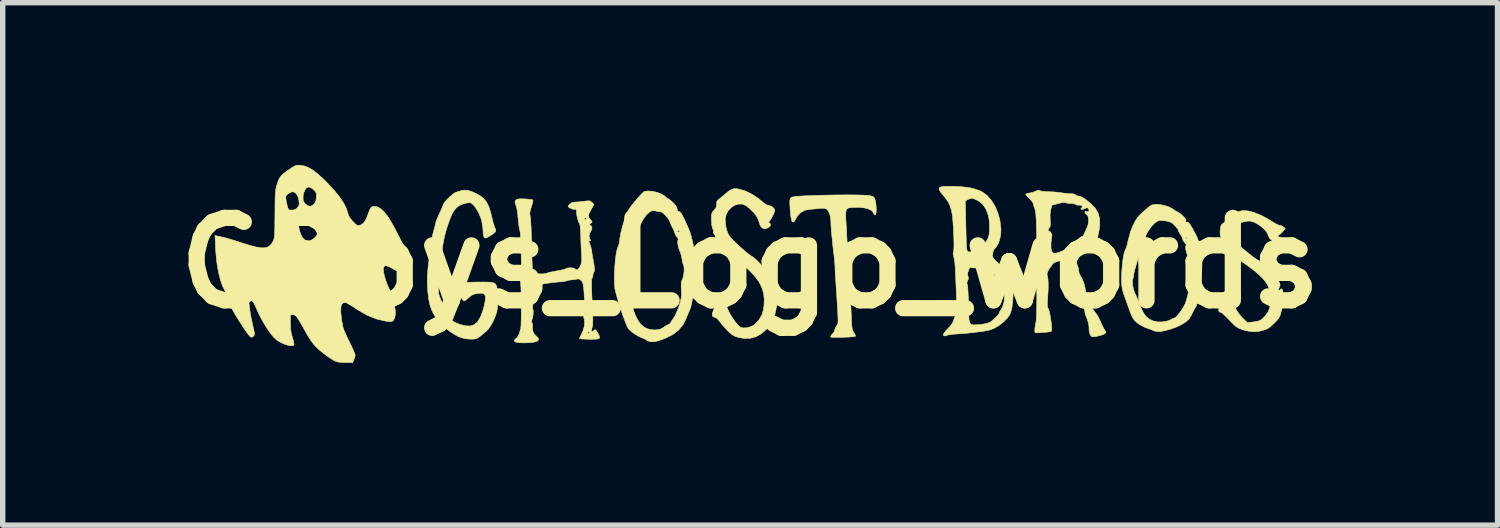
<source format=kicad_pcb>
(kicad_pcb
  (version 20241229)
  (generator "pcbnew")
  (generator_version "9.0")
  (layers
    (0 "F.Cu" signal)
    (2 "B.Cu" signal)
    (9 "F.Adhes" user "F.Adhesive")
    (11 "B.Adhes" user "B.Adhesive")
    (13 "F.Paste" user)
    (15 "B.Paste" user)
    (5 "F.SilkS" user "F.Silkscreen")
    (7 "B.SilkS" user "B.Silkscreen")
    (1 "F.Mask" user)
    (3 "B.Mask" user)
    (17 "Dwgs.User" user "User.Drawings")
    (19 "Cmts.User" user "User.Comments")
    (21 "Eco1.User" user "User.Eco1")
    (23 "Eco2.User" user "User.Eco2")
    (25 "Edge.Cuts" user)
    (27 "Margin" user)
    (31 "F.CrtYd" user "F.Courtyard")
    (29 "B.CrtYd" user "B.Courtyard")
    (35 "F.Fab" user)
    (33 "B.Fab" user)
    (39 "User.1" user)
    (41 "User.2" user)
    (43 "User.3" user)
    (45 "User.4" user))
  (footprint "GBoys_Logo_words"
    (layer "F.Cu")
    (at 10.82 1.814)
    (property "Reference" "GBoys_Logo_words" (at 0 0 0) (layer "F.SilkS") (effects (font (size 1.524 1.524) (thickness 0.3))))
    (attr through_hole)
    (fp_poly (pts (xy 1.862 -1.26) (xy 1.982 -1.259) (xy 2.082 -1.256) (xy 2.161 -1.252) (xy 2.212 -1.247) (xy 2.222 -1.245) (xy 2.267 -1.232) (xy 2.292 -1.214) (xy 2.308 -1.179) (xy 2.312 -1.166) (xy 2.323 -1.115) (xy 2.33 -1.055) (xy 2.333 -0.994) (xy 2.331 -0.941) (xy 2.324 -0.903) (xy 2.313 -0.889) (xy 2.313 -0.889) (xy 2.294 -0.902) (xy 2.276 -0.933) (xy 2.246 -0.971) (xy 2.189 -1) (xy 2.111 -1.02) (xy 2.015 -1.03) (xy 1.94 -1.03) (xy 1.878 -1.027) (xy 1.833 -1.021) (xy 1.801 -1.009) (xy 1.781 -0.986) (xy 1.771 -0.948) (xy 1.768 -0.891) (xy 1.771 -0.811) (xy 1.777 -0.706) (xy 1.783 -0.607) (xy 1.789 -0.487) (xy 1.796 -0.353) (xy 1.802 -0.216) (xy 1.808 -0.084) (xy 1.81 -0.048) (xy 1.815 0.069) (xy 1.821 0.183) (xy 1.827 0.287) (xy 1.834 0.376) (xy 1.839 0.443) (xy 1.842 0.468) (xy 1.847 0.525) (xy 1.853 0.606) (xy 1.859 0.703) (xy 1.864 0.809) (xy 1.869 0.915) (xy 1.873 1.025) (xy 1.877 1.107) (xy 1.882 1.167) (xy 1.887 1.21) (xy 1.894 1.24) (xy 1.903 1.262) (xy 1.915 1.281) (xy 1.918 1.285) (xy 1.94 1.321) (xy 1.95 1.348) (xy 1.949 1.351) (xy 1.932 1.358) (xy 1.886 1.364) (xy 1.817 1.369) (xy 1.728 1.372) (xy 1.711 1.373) (xy 1.62 1.374) (xy 1.557 1.375) (xy 1.517 1.373) (xy 1.496 1.369) (xy 1.488 1.362) (xy 1.491 1.352) (xy 1.492 1.35) (xy 1.517 1.316) (xy 1.53 1.303) (xy 1.551 1.274) (xy 1.564 1.238) (xy 1.582 1.19) (xy 1.604 1.154) (xy 1.614 1.139) (xy 1.622 1.12) (xy 1.626 1.093) (xy 1.627 1.054) (xy 1.625 0.996) (xy 1.621 0.915) (xy 1.618 0.848) (xy 1.611 0.736) (xy 1.603 0.613) (xy 1.595 0.492) (xy 1.588 0.386) (xy 1.586 0.357) (xy 1.58 0.272) (xy 1.575 0.195) (xy 1.572 0.133) (xy 1.571 0.093) (xy 1.571 0.087) (xy 1.57 0.054) (xy 1.566 -0.003) (xy 1.559 -0.077) (xy 1.55 -0.16) (xy 1.548 -0.175) (xy 1.529 -0.339) (xy 1.515 -0.474) (xy 1.505 -0.583) (xy 1.498 -0.666) (xy 1.495 -0.726) (xy 1.495 -0.754) (xy 1.49 -0.827) (xy 1.474 -0.898) (xy 1.45 -0.956) (xy 1.42 -0.994) (xy 1.417 -0.996) (xy 1.388 -1.009) (xy 1.349 -1.014) (xy 1.289 -1.01) (xy 1.273 -1.009) (xy 1.207 -1.002) (xy 1.143 -0.996) (xy 1.103 -0.994) (xy 1.011 -0.975) (xy 0.931 -0.93) (xy 0.869 -0.862) (xy 0.849 -0.825) (xy 0.829 -0.787) (xy 0.812 -0.764) (xy 0.807 -0.762) (xy 0.782 -0.762) (xy 0.771 -0.776) (xy 0.768 -0.79) (xy 0.761 -0.829) (xy 0.757 -0.841) (xy 0.753 -0.867) (xy 0.747 -0.916) (xy 0.742 -0.98) (xy 0.739 -1.025) (xy 0.735 -1.1) (xy 0.735 -1.149) (xy 0.739 -1.18) (xy 0.748 -1.199) (xy 0.758 -1.21) (xy 0.774 -1.218) (xy 0.803 -1.226) (xy 0.848 -1.232) (xy 0.914 -1.237) (xy 1.003 -1.242) (xy 1.121 -1.247) (xy 1.127 -1.247) (xy 1.279 -1.252) (xy 1.433 -1.256) (xy 1.584 -1.259) (xy 1.728 -1.26) (xy 1.862 -1.26)) (stroke (width 0.01) (type solid)) (fill yes) (layer "F.SilkS"))
    (fp_poly (pts (xy 9.231 -0.959) (xy 9.335 -0.929) (xy 9.447 -0.883) (xy 9.56 -0.824) (xy 9.647 -0.771) (xy 9.702 -0.737) (xy 9.75 -0.711) (xy 9.784 -0.699) (xy 9.789 -0.699) (xy 9.826 -0.689) (xy 9.86 -0.669) (xy 9.896 -0.64) (xy 9.86 -0.594) (xy 9.824 -0.555) (xy 9.785 -0.523) (xy 9.785 -0.522) (xy 9.759 -0.503) (xy 9.759 -0.493) (xy 9.774 -0.485) (xy 9.792 -0.475) (xy 9.787 -0.462) (xy 9.765 -0.443) (xy 9.713 -0.417) (xy 9.66 -0.419) (xy 9.615 -0.445) (xy 9.587 -0.493) (xy 9.583 -0.507) (xy 9.559 -0.563) (xy 9.511 -0.622) (xy 9.447 -0.679) (xy 9.375 -0.728) (xy 9.303 -0.762) (xy 9.236 -0.778) (xy 9.228 -0.778) (xy 9.131 -0.766) (xy 9.047 -0.734) (xy 8.997 -0.697) (xy 8.973 -0.67) (xy 8.959 -0.646) (xy 8.954 -0.613) (xy 8.955 -0.563) (xy 8.956 -0.534) (xy 8.963 -0.465) (xy 8.979 -0.409) (xy 9.01 -0.36) (xy 9.059 -0.309) (xy 9.126 -0.253) (xy 9.177 -0.212) (xy 9.238 -0.164) (xy 9.278 -0.131) (xy 9.33 -0.092) (xy 9.382 -0.059) (xy 9.415 -0.041) (xy 9.465 -0.012) (xy 9.527 0.038) (xy 9.593 0.1) (xy 9.657 0.169) (xy 9.713 0.238) (xy 9.754 0.299) (xy 9.783 0.351) (xy 9.798 0.386) (xy 9.8 0.41) (xy 9.792 0.433) (xy 9.786 0.447) (xy 9.77 0.486) (xy 9.773 0.505) (xy 9.792 0.5) (xy 9.803 0.492) (xy 9.825 0.478) (xy 9.833 0.478) (xy 9.843 0.498) (xy 9.854 0.539) (xy 9.866 0.588) (xy 9.876 0.636) (xy 9.881 0.672) (xy 9.881 0.685) (xy 9.871 0.709) (xy 9.857 0.755) (xy 9.84 0.817) (xy 9.823 0.886) (xy 9.81 0.938) (xy 9.795 0.984) (xy 9.769 1.028) (xy 9.726 1.078) (xy 9.696 1.108) (xy 9.647 1.154) (xy 9.601 1.193) (xy 9.565 1.216) (xy 9.558 1.219) (xy 9.48 1.245) (xy 9.419 1.261) (xy 9.363 1.268) (xy 9.31 1.27) (xy 9.229 1.262) (xy 9.139 1.242) (xy 9.104 1.232) (xy 9.055 1.213) (xy 9.015 1.194) (xy 8.978 1.169) (xy 8.937 1.132) (xy 8.885 1.078) (xy 8.862 1.054) (xy 8.81 0.999) (xy 8.762 0.954) (xy 8.726 0.924) (xy 8.705 0.913) (xy 8.675 0.902) (xy 8.664 0.874) (xy 8.671 0.833) (xy 8.693 0.785) (xy 8.73 0.736) (xy 8.777 0.689) (xy 8.806 0.668) (xy 8.861 0.638) (xy 8.897 0.635) (xy 8.917 0.657) (xy 8.922 0.693) (xy 8.932 0.742) (xy 8.959 0.806) (xy 8.998 0.876) (xy 9.045 0.945) (xy 9.095 1.005) (xy 9.112 1.022) (xy 9.195 1.1) (xy 9.306 1.089) (xy 9.377 1.079) (xy 9.432 1.06) (xy 9.478 1.028) (xy 9.526 0.975) (xy 9.553 0.941) (xy 9.586 0.887) (xy 9.609 0.826) (xy 9.622 0.76) (xy 9.632 0.655) (xy 9.625 0.565) (xy 9.599 0.476) (xy 9.574 0.418) (xy 9.535 0.351) (xy 9.478 0.282) (xy 9.401 0.207) (xy 9.303 0.125) (xy 9.179 0.033) (xy 9.073 -0.04) (xy 9.024 -0.077) (xy 8.967 -0.125) (xy 8.909 -0.179) (xy 8.853 -0.235) (xy 8.806 -0.286) (xy 8.772 -0.328) (xy 8.756 -0.355) (xy 8.755 -0.359) (xy 8.743 -0.387) (xy 8.733 -0.396) (xy 8.72 -0.416) (xy 8.722 -0.426) (xy 8.722 -0.451) (xy 8.708 -0.481) (xy 8.694 -0.515) (xy 8.69 -0.561) (xy 8.693 -0.613) (xy 8.701 -0.669) (xy 8.712 -0.702) (xy 8.732 -0.723) (xy 8.749 -0.734) (xy 8.784 -0.764) (xy 8.795 -0.804) (xy 8.795 -0.807) (xy 8.797 -0.83) (xy 8.807 -0.848) (xy 8.83 -0.865) (xy 8.872 -0.886) (xy 8.933 -0.913) (xy 9.023 -0.948) (xy 9.094 -0.967) (xy 9.144 -0.971) (xy 9.231 -0.959)) (stroke (width 0.01) (type solid)) (fill yes) (layer "F.SilkS"))
    (fp_poly (pts (xy -5.217 -1.343) (xy -5.131 -1.315) (xy -5.07 -1.288) (xy -4.985 -1.24) (xy -4.919 -1.185) (xy -4.867 -1.117) (xy -4.826 -1.03) (xy -4.793 -0.92) (xy -4.778 -0.854) (xy -4.761 -0.784) (xy -4.744 -0.721) (xy -4.728 -0.674) (xy -4.723 -0.662) (xy -4.705 -0.621) (xy -4.704 -0.59) (xy -4.722 -0.563) (xy -4.764 -0.531) (xy -4.787 -0.516) (xy -4.842 -0.483) (xy -4.881 -0.464) (xy -4.907 -0.465) (xy -4.923 -0.487) (xy -4.933 -0.534) (xy -4.939 -0.608) (xy -4.942 -0.66) (xy -4.966 -0.8) (xy -5.021 -0.935) (xy -5.09 -1.044) (xy -5.131 -1.09) (xy -5.169 -1.113) (xy -5.216 -1.115) (xy -5.269 -1.104) (xy -5.335 -1.083) (xy -5.389 -1.055) (xy -5.436 -1.017) (xy -5.477 -0.965) (xy -5.516 -0.895) (xy -5.554 -0.804) (xy -5.595 -0.687) (xy -5.617 -0.619) (xy -5.651 -0.492) (xy -5.681 -0.337) (xy -5.708 -0.156) (xy -5.731 0.046) (xy -5.749 0.266) (xy -5.756 0.381) (xy -5.76 0.461) (xy -5.761 0.519) (xy -5.758 0.562) (xy -5.749 0.599) (xy -5.735 0.639) (xy -5.725 0.662) (xy -5.704 0.715) (xy -5.689 0.759) (xy -5.683 0.781) (xy -5.674 0.818) (xy -5.651 0.87) (xy -5.619 0.929) (xy -5.583 0.986) (xy -5.55 1.028) (xy -5.509 1.066) (xy -5.461 1.096) (xy -5.394 1.124) (xy -5.367 1.134) (xy -5.261 1.161) (xy -5.174 1.164) (xy -5.103 1.141) (xy -5.044 1.092) (xy -4.994 1.015) (xy -4.985 0.996) (xy -4.955 0.921) (xy -4.929 0.839) (xy -4.909 0.758) (xy -4.896 0.686) (xy -4.893 0.63) (xy -4.896 0.613) (xy -4.909 0.58) (xy -4.933 0.563) (xy -4.973 0.557) (xy -5.038 0.563) (xy -5.042 0.563) (xy -5.103 0.575) (xy -5.15 0.597) (xy -5.199 0.636) (xy -5.238 0.67) (xy -5.269 0.693) (xy -5.282 0.699) (xy -5.311 0.684) (xy -5.335 0.648) (xy -5.349 0.598) (xy -5.35 0.578) (xy -5.354 0.52) (xy -5.365 0.464) (xy -5.366 0.461) (xy -5.374 0.427) (xy -5.373 0.401) (xy -5.36 0.383) (xy -5.331 0.37) (xy -5.282 0.362) (xy -5.211 0.357) (xy -5.113 0.353) (xy -5.06 0.352) (xy -4.945 0.351) (xy -4.858 0.352) (xy -4.794 0.356) (xy -4.749 0.365) (xy -4.719 0.379) (xy -4.7 0.4) (xy -4.688 0.428) (xy -4.683 0.443) (xy -4.674 0.499) (xy -4.668 0.576) (xy -4.666 0.664) (xy -4.668 0.753) (xy -4.673 0.833) (xy -4.682 0.892) (xy -4.707 0.976) (xy -4.745 1.064) (xy -4.789 1.147) (xy -4.836 1.216) (xy -4.874 1.257) (xy -4.942 1.314) (xy -4.992 1.355) (xy -5.03 1.381) (xy -5.06 1.396) (xy -5.088 1.403) (xy -5.122 1.406) (xy -5.142 1.407) (xy -5.208 1.405) (xy -5.275 1.396) (xy -5.302 1.39) (xy -5.352 1.375) (xy -5.395 1.358) (xy -5.441 1.334) (xy -5.498 1.299) (xy -5.561 1.258) (xy -5.686 1.158) (xy -5.79 1.04) (xy -5.87 0.909) (xy -5.917 0.786) (xy -5.943 0.665) (xy -5.96 0.524) (xy -5.968 0.374) (xy -5.967 0.226) (xy -5.955 0.09) (xy -5.954 0.082) (xy -5.946 0.022) (xy -5.937 -0.058) (xy -5.927 -0.147) (xy -5.921 -0.214) (xy -5.907 -0.328) (xy -5.886 -0.447) (xy -5.861 -0.555) (xy -5.857 -0.572) (xy -5.838 -0.641) (xy -5.822 -0.7) (xy -5.813 -0.741) (xy -5.81 -0.757) (xy -5.804 -0.778) (xy -5.786 -0.821) (xy -5.761 -0.879) (xy -5.739 -0.926) (xy -5.709 -0.99) (xy -5.686 -1.043) (xy -5.671 -1.08) (xy -5.667 -1.092) (xy -5.656 -1.115) (xy -5.626 -1.152) (xy -5.584 -1.195) (xy -5.537 -1.239) (xy -5.491 -1.277) (xy -5.454 -1.302) (xy -5.437 -1.31) (xy -5.389 -1.322) (xy -5.353 -1.335) (xy -5.29 -1.349) (xy -5.217 -1.343)) (stroke (width 0.01) (type solid)) (fill yes) (layer "F.SilkS"))
    (fp_poly (pts (xy -0.2 -1.366) (xy -0.083 -1.33) (xy 0.037 -1.272) (xy 0.15 -1.198) (xy 0.207 -1.15) (xy 0.266 -1.1) (xy 0.311 -1.072) (xy 0.346 -1.064) (xy 0.346 -1.064) (xy 0.395 -1.05) (xy 0.428 -1.024) (xy 0.45 -1) (xy 0.457 -0.979) (xy 0.451 -0.95) (xy 0.437 -0.913) (xy 0.412 -0.858) (xy 0.382 -0.808) (xy 0.372 -0.795) (xy 0.348 -0.764) (xy 0.346 -0.748) (xy 0.357 -0.74) (xy 0.379 -0.721) (xy 0.377 -0.695) (xy 0.356 -0.669) (xy 0.321 -0.647) (xy 0.277 -0.635) (xy 0.267 -0.635) (xy 0.222 -0.649) (xy 0.188 -0.692) (xy 0.166 -0.762) (xy 0.135 -0.842) (xy 0.076 -0.926) (xy -0.007 -1.008) (xy -0.077 -1.062) (xy -0.143 -1.09) (xy -0.213 -1.091) (xy -0.283 -1.07) (xy -0.348 -1.028) (xy -0.402 -0.971) (xy -0.441 -0.9) (xy -0.46 -0.82) (xy -0.46 -0.799) (xy -0.452 -0.698) (xy -0.431 -0.602) (xy -0.398 -0.523) (xy -0.385 -0.503) (xy -0.353 -0.464) (xy -0.304 -0.412) (xy -0.243 -0.353) (xy -0.176 -0.291) (xy -0.108 -0.231) (xy -0.046 -0.179) (xy 0.005 -0.141) (xy 0.035 -0.122) (xy 0.078 -0.093) (xy 0.132 -0.043) (xy 0.193 0.02) (xy 0.254 0.092) (xy 0.311 0.165) (xy 0.357 0.233) (xy 0.383 0.28) (xy 0.408 0.337) (xy 0.42 0.375) (xy 0.421 0.405) (xy 0.414 0.431) (xy 0.4 0.481) (xy 0.397 0.509) (xy 0.405 0.514) (xy 0.42 0.499) (xy 0.443 0.479) (xy 0.457 0.484) (xy 0.472 0.514) (xy 0.487 0.564) (xy 0.5 0.623) (xy 0.508 0.679) (xy 0.509 0.722) (xy 0.507 0.73) (xy 0.498 0.768) (xy 0.486 0.822) (xy 0.477 0.865) (xy 0.458 0.954) (xy 0.442 1.02) (xy 0.425 1.07) (xy 0.402 1.111) (xy 0.372 1.151) (xy 0.33 1.197) (xy 0.319 1.209) (xy 0.217 1.301) (xy 0.112 1.362) (xy 0.001 1.392) (xy -0.118 1.393) (xy -0.238 1.369) (xy -0.291 1.349) (xy -0.338 1.321) (xy -0.388 1.278) (xy -0.421 1.246) (xy -0.472 1.19) (xy -0.522 1.133) (xy -0.56 1.084) (xy -0.564 1.078) (xy -0.608 1.027) (xy -0.648 1.004) (xy -0.654 1.003) (xy -0.688 0.991) (xy -0.701 0.962) (xy -0.693 0.915) (xy -0.669 0.853) (xy -0.636 0.798) (xy -0.593 0.745) (xy -0.548 0.701) (xy -0.507 0.673) (xy -0.484 0.667) (xy -0.461 0.681) (xy -0.447 0.72) (xy -0.445 0.752) (xy -0.435 0.802) (xy -0.408 0.868) (xy -0.369 0.943) (xy -0.322 1.02) (xy -0.272 1.091) (xy -0.223 1.149) (xy -0.181 1.185) (xy -0.133 1.2) (xy -0.071 1.198) (xy -0.003 1.182) (xy 0.06 1.154) (xy 0.103 1.121) (xy 0.172 1.039) (xy 0.218 0.96) (xy 0.245 0.871) (xy 0.257 0.794) (xy 0.262 0.67) (xy 0.249 0.557) (xy 0.217 0.45) (xy 0.163 0.346) (xy 0.086 0.242) (xy -0.016 0.135) (xy -0.145 0.022) (xy -0.212 -0.032) (xy -0.288 -0.095) (xy -0.366 -0.165) (xy -0.44 -0.236) (xy -0.508 -0.307) (xy -0.566 -0.372) (xy -0.611 -0.428) (xy -0.638 -0.471) (xy -0.646 -0.498) (xy -0.645 -0.499) (xy -0.65 -0.523) (xy -0.661 -0.531) (xy -0.678 -0.551) (xy -0.676 -0.565) (xy -0.677 -0.595) (xy -0.69 -0.635) (xy -0.691 -0.635) (xy -0.706 -0.685) (xy -0.713 -0.76) (xy -0.714 -0.806) (xy -0.714 -0.87) (xy -0.709 -0.911) (xy -0.699 -0.939) (xy -0.681 -0.962) (xy -0.666 -0.977) (xy -0.634 -1.015) (xy -0.622 -1.054) (xy -0.622 -1.082) (xy -0.619 -1.128) (xy -0.599 -1.161) (xy -0.579 -1.178) (xy -0.54 -1.21) (xy -0.491 -1.251) (xy -0.463 -1.274) (xy -0.399 -1.327) (xy -0.347 -1.359) (xy -0.299 -1.374) (xy -0.248 -1.374) (xy -0.2 -1.366)) (stroke (width 0.01) (type solid)) (fill yes) (layer "F.SilkS"))
    (fp_poly (pts (xy 3.742 -1.419) (xy 3.898 -1.412) (xy 4.029 -1.398) (xy 4.141 -1.374) (xy 4.239 -1.34) (xy 4.284 -1.319) (xy 4.375 -1.256) (xy 4.456 -1.167) (xy 4.526 -1.057) (xy 4.581 -0.93) (xy 4.619 -0.791) (xy 4.637 -0.645) (xy 4.639 -0.609) (xy 4.633 -0.517) (xy 4.613 -0.427) (xy 4.583 -0.349) (xy 4.546 -0.291) (xy 4.539 -0.284) (xy 4.509 -0.249) (xy 4.493 -0.217) (xy 4.492 -0.212) (xy 4.488 -0.172) (xy 4.482 -0.146) (xy 4.482 -0.124) (xy 4.494 -0.098) (xy 4.523 -0.062) (xy 4.572 -0.012) (xy 4.574 -0.009) (xy 4.676 0.096) (xy 4.753 0.185) (xy 4.806 0.258) (xy 4.835 0.316) (xy 4.838 0.325) (xy 4.854 0.405) (xy 4.861 0.503) (xy 4.862 0.61) (xy 4.855 0.718) (xy 4.842 0.818) (xy 4.822 0.901) (xy 4.804 0.95) (xy 4.754 1.021) (xy 4.682 1.093) (xy 4.596 1.158) (xy 4.506 1.21) (xy 4.435 1.237) (xy 4.385 1.248) (xy 4.311 1.261) (xy 4.22 1.273) (xy 4.119 1.286) (xy 4.015 1.297) (xy 3.915 1.305) (xy 3.828 1.311) (xy 3.759 1.316) (xy 3.701 1.323) (xy 3.66 1.33) (xy 3.65 1.334) (xy 3.609 1.348) (xy 3.58 1.343) (xy 3.572 1.324) (xy 3.583 1.301) (xy 3.611 1.264) (xy 3.651 1.22) (xy 3.657 1.213) (xy 3.701 1.166) (xy 3.734 1.122) (xy 3.752 1.089) (xy 3.753 1.087) (xy 3.765 1.051) (xy 3.786 0.999) (xy 3.803 0.96) (xy 3.827 0.899) (xy 3.835 0.852) (xy 3.832 0.813) (xy 3.828 0.793) (xy 3.825 0.772) (xy 3.822 0.746) (xy 3.82 0.713) (xy 3.817 0.667) (xy 3.815 0.606) (xy 3.812 0.524) (xy 3.808 0.419) (xy 3.806 0.363) (xy 4.007 0.363) (xy 4.015 0.395) (xy 4.021 0.421) (xy 4.027 0.476) (xy 4.031 0.553) (xy 4.035 0.65) (xy 4.037 0.749) (xy 4.039 0.871) (xy 4.042 0.965) (xy 4.047 1.034) (xy 4.055 1.082) (xy 4.068 1.114) (xy 4.086 1.132) (xy 4.11 1.141) (xy 4.142 1.143) (xy 4.155 1.143) (xy 4.211 1.14) (xy 4.281 1.133) (xy 4.332 1.125) (xy 4.391 1.112) (xy 4.435 1.095) (xy 4.476 1.066) (xy 4.52 1.027) (xy 4.561 0.986) (xy 4.591 0.952) (xy 4.604 0.932) (xy 4.604 0.931) (xy 4.612 0.909) (xy 4.633 0.872) (xy 4.644 0.856) (xy 4.677 0.789) (xy 4.698 0.705) (xy 4.705 0.619) (xy 4.696 0.544) (xy 4.696 0.544) (xy 4.664 0.453) (xy 4.619 0.359) (xy 4.567 0.271) (xy 4.513 0.2) (xy 4.499 0.185) (xy 4.467 0.155) (xy 4.438 0.133) (xy 4.405 0.118) (xy 4.364 0.107) (xy 4.306 0.1) (xy 4.227 0.094) (xy 4.161 0.091) (xy 4.06 0.085) (xy 4.036 0.142) (xy 4.022 0.191) (xy 4.026 0.233) (xy 4.03 0.244) (xy 4.038 0.286) (xy 4.025 0.322) (xy 4.022 0.326) (xy 4.007 0.363) (xy 3.806 0.363) (xy 3.803 0.287) (xy 3.803 0.278) (xy 3.797 0.14) (xy 3.79 0.032) (xy 3.781 -0.047) (xy 3.771 -0.098) (xy 3.768 -0.106) (xy 3.754 -0.165) (xy 3.76 -0.202) (xy 3.766 -0.231) (xy 3.77 -0.287) (xy 3.77 -0.37) (xy 3.767 -0.483) (xy 3.761 -0.626) (xy 3.755 -0.722) (xy 3.744 -0.855) (xy 3.727 -0.963) (xy 3.7 -1.053) (xy 3.663 -1.13) (xy 3.648 -1.151) (xy 3.98 -1.151) (xy 3.99 -0.691) (xy 3.993 -0.556) (xy 3.996 -0.45) (xy 3.999 -0.368) (xy 4.002 -0.308) (xy 4.006 -0.266) (xy 4.011 -0.238) (xy 4.018 -0.221) (xy 4.025 -0.212) (xy 4.026 -0.211) (xy 4.055 -0.203) (xy 4.099 -0.211) (xy 4.161 -0.238) (xy 4.232 -0.278) (xy 4.309 -0.335) (xy 4.37 -0.403) (xy 4.408 -0.475) (xy 4.412 -0.488) (xy 4.424 -0.557) (xy 4.428 -0.645) (xy 4.426 -0.74) (xy 4.416 -0.828) (xy 4.403 -0.887) (xy 4.362 -0.996) (xy 4.308 -1.079) (xy 4.239 -1.14) (xy 4.19 -1.166) (xy 4.14 -1.188) (xy 4.107 -1.198) (xy 4.081 -1.196) (xy 4.051 -1.185) (xy 4.039 -1.179) (xy 3.98 -1.151) (xy 3.648 -1.151) (xy 3.613 -1.202) (xy 3.594 -1.224) (xy 3.539 -1.29) (xy 3.505 -1.34) (xy 3.493 -1.375) (xy 3.506 -1.399) (xy 3.545 -1.412) (xy 3.611 -1.418) (xy 3.707 -1.419) (xy 3.742 -1.419)) (stroke (width 0.01) (type solid)) (fill yes) (layer "F.SilkS"))
    (fp_poly (pts (xy 7.586 -1.08) (xy 7.666 -1.064) (xy 7.742 -1.039) (xy 7.805 -1.006) (xy 7.823 -0.993) (xy 7.863 -0.965) (xy 7.899 -0.947) (xy 7.9 -0.946) (xy 7.93 -0.93) (xy 7.971 -0.899) (xy 8 -0.874) (xy 8.04 -0.832) (xy 8.058 -0.802) (xy 8.057 -0.78) (xy 8.055 -0.757) (xy 8.073 -0.756) (xy 8.078 -0.757) (xy 8.095 -0.755) (xy 8.115 -0.739) (xy 8.141 -0.705) (xy 8.176 -0.647) (xy 8.189 -0.624) (xy 8.26 -0.49) (xy 8.309 -0.361) (xy 8.339 -0.227) (xy 8.353 -0.079) (xy 8.356 -0.012) (xy 8.354 0.095) (xy 8.348 0.212) (xy 8.338 0.332) (xy 8.324 0.449) (xy 8.308 0.56) (xy 8.29 0.657) (xy 8.27 0.736) (xy 8.25 0.792) (xy 8.242 0.807) (xy 8.218 0.847) (xy 8.19 0.9) (xy 8.177 0.928) (xy 8.15 0.982) (xy 8.121 1.028) (xy 8.107 1.045) (xy 8.05 1.093) (xy 7.969 1.142) (xy 7.874 1.187) (xy 7.773 1.223) (xy 7.742 1.232) (xy 7.647 1.256) (xy 7.575 1.267) (xy 7.52 1.267) (xy 7.477 1.256) (xy 7.461 1.249) (xy 7.421 1.232) (xy 7.368 1.213) (xy 7.347 1.206) (xy 7.292 1.185) (xy 7.228 1.152) (xy 7.188 1.128) (xy 7.137 1.089) (xy 7.096 1.043) (xy 7.061 0.984) (xy 7.028 0.905) (xy 7.002 0.833) (xy 6.979 0.767) (xy 6.951 0.689) (xy 6.928 0.627) (xy 6.897 0.535) (xy 6.877 0.444) (xy 6.87 0.365) (xy 7.069 0.365) (xy 7.077 0.432) (xy 7.094 0.501) (xy 7.115 0.556) (xy 7.142 0.614) (xy 7.173 0.688) (xy 7.203 0.762) (xy 7.206 0.77) (xy 7.248 0.87) (xy 7.289 0.945) (xy 7.334 0.999) (xy 7.387 1.039) (xy 7.453 1.071) (xy 7.457 1.072) (xy 7.528 1.088) (xy 7.612 1.089) (xy 7.695 1.078) (xy 7.764 1.054) (xy 7.771 1.05) (xy 7.811 1.028) (xy 7.842 1.017) (xy 7.847 1.016) (xy 7.87 1.003) (xy 7.903 0.969) (xy 7.942 0.92) (xy 7.982 0.864) (xy 8.018 0.806) (xy 8.045 0.754) (xy 8.058 0.718) (xy 8.07 0.673) (xy 8.087 0.621) (xy 8.088 0.619) (xy 8.101 0.555) (xy 8.101 0.466) (xy 8.1 0.448) (xy 8.097 0.382) (xy 8.1 0.34) (xy 8.111 0.313) (xy 8.117 0.305) (xy 8.138 0.266) (xy 8.154 0.211) (xy 8.162 0.152) (xy 8.16 0.1) (xy 8.15 0.072) (xy 8.134 0.033) (xy 8.128 -0.008) (xy 8.121 -0.052) (xy 8.104 -0.106) (xy 8.096 -0.125) (xy 8.072 -0.188) (xy 8.057 -0.247) (xy 8.052 -0.294) (xy 8.059 -0.321) (xy 8.062 -0.324) (xy 8.064 -0.341) (xy 8.042 -0.37) (xy 8.04 -0.373) (xy 8.013 -0.407) (xy 8.001 -0.439) (xy 8.001 -0.441) (xy 7.993 -0.467) (xy 8.054 -0.467) (xy 8.057 -0.46) (xy 8.071 -0.445) (xy 8.073 -0.445) (xy 8.08 -0.457) (xy 8.08 -0.46) (xy 8.068 -0.476) (xy 8.064 -0.476) (xy 8.054 -0.467) (xy 7.993 -0.467) (xy 7.992 -0.472) (xy 7.969 -0.512) (xy 7.961 -0.524) (xy 7.936 -0.562) (xy 7.923 -0.593) (xy 7.922 -0.599) (xy 7.912 -0.621) (xy 7.885 -0.657) (xy 7.858 -0.689) (xy 7.817 -0.73) (xy 7.778 -0.754) (xy 7.729 -0.77) (xy 7.692 -0.778) (xy 7.621 -0.788) (xy 7.568 -0.786) (xy 7.524 -0.77) (xy 7.478 -0.737) (xy 7.476 -0.735) (xy 7.442 -0.7) (xy 7.404 -0.652) (xy 7.367 -0.599) (xy 7.337 -0.549) (xy 7.32 -0.511) (xy 7.318 -0.5) (xy 7.312 -0.472) (xy 7.297 -0.429) (xy 7.288 -0.409) (xy 7.266 -0.355) (xy 7.239 -0.283) (xy 7.211 -0.2) (xy 7.183 -0.112) (xy 7.155 -0.022) (xy 7.131 0.062) (xy 7.11 0.136) (xy 7.096 0.195) (xy 7.09 0.232) (xy 7.091 0.242) (xy 7.089 0.264) (xy 7.083 0.275) (xy 7.071 0.31) (xy 7.069 0.365) (xy 6.87 0.365) (xy 6.868 0.346) (xy 6.869 0.233) (xy 6.875 0.127) (xy 6.888 -0.014) (xy 6.904 -0.123) (xy 6.921 -0.202) (xy 6.941 -0.249) (xy 6.945 -0.254) (xy 6.956 -0.28) (xy 6.971 -0.328) (xy 6.985 -0.391) (xy 6.991 -0.421) (xy 7.039 -0.593) (xy 7.088 -0.708) (xy 7.115 -0.762) (xy 7.141 -0.807) (xy 7.169 -0.848) (xy 7.205 -0.888) (xy 7.252 -0.933) (xy 7.315 -0.988) (xy 7.398 -1.058) (xy 7.401 -1.06) (xy 7.445 -1.079) (xy 7.509 -1.086) (xy 7.586 -1.08)) (stroke (width 0.01) (type solid)) (fill yes) (layer "F.SilkS"))
    (fp_poly (pts (xy -1.808 -1.327) (xy -1.723 -1.308) (xy -1.646 -1.279) (xy -1.586 -1.243) (xy -1.571 -1.23) (xy -1.541 -1.203) (xy -1.519 -1.191) (xy -1.517 -1.191) (xy -1.498 -1.18) (xy -1.464 -1.153) (xy -1.425 -1.117) (xy -1.379 -1.067) (xy -1.355 -1.028) (xy -1.349 -0.998) (xy -1.344 -0.964) (xy -1.324 -0.953) (xy -1.317 -0.953) (xy -1.3 -0.947) (xy -1.281 -0.927) (xy -1.257 -0.89) (xy -1.226 -0.83) (xy -1.199 -0.773) (xy -1.16 -0.688) (xy -1.131 -0.621) (xy -1.108 -0.56) (xy -1.089 -0.496) (xy -1.07 -0.418) (xy -1.055 -0.353) (xy -1.04 -0.267) (xy -1.031 -0.16) (xy -1.026 -0.037) (xy -1.025 0.097) (xy -1.029 0.235) (xy -1.036 0.373) (xy -1.047 0.506) (xy -1.061 0.628) (xy -1.078 0.733) (xy -1.098 0.817) (xy -1.118 0.871) (xy -1.136 0.91) (xy -1.159 0.965) (xy -1.182 1.024) (xy -1.239 1.139) (xy -1.319 1.236) (xy -1.423 1.318) (xy -1.553 1.385) (xy -1.611 1.408) (xy -1.693 1.436) (xy -1.755 1.452) (xy -1.805 1.457) (xy -1.85 1.452) (xy -1.865 1.449) (xy -1.904 1.432) (xy -1.921 1.421) (xy -1.951 1.403) (xy -1.996 1.384) (xy -2.008 1.379) (xy -2.064 1.354) (xy -2.128 1.316) (xy -2.188 1.272) (xy -2.236 1.229) (xy -2.256 1.204) (xy -2.277 1.163) (xy -2.304 1.098) (xy -2.335 1.015) (xy -2.369 0.919) (xy -2.403 0.818) (xy -2.434 0.717) (xy -2.462 0.623) (xy -2.484 0.541) (xy -2.499 0.478) (xy -2.501 0.46) (xy -2.508 0.379) (xy -2.508 0.36) (xy -2.311 0.36) (xy -2.305 0.419) (xy -2.294 0.484) (xy -2.278 0.548) (xy -2.259 0.602) (xy -2.258 0.603) (xy -2.236 0.658) (xy -2.208 0.73) (xy -2.179 0.809) (xy -2.166 0.846) (xy -2.121 0.965) (xy -2.076 1.056) (xy -2.028 1.125) (xy -1.973 1.175) (xy -1.908 1.212) (xy -1.905 1.213) (xy -1.837 1.231) (xy -1.759 1.237) (xy -1.684 1.23) (xy -1.656 1.221) (xy -1.611 1.198) (xy -1.58 1.175) (xy -1.544 1.151) (xy -1.516 1.14) (xy -1.485 1.123) (xy -1.468 1.101) (xy -1.446 1.063) (xy -1.432 1.044) (xy -1.395 0.987) (xy -1.357 0.909) (xy -1.322 0.82) (xy -1.293 0.73) (xy -1.274 0.648) (xy -1.268 0.583) (xy -1.27 0.544) (xy -1.272 0.487) (xy -1.274 0.439) (xy -1.273 0.373) (xy -1.265 0.328) (xy -1.258 0.315) (xy -1.242 0.28) (xy -1.229 0.225) (xy -1.221 0.163) (xy -1.219 0.103) (xy -1.224 0.056) (xy -1.229 0.042) (xy -1.243 0.006) (xy -1.255 -0.046) (xy -1.259 -0.075) (xy -1.27 -0.133) (xy -1.285 -0.187) (xy -1.293 -0.206) (xy -1.314 -0.257) (xy -1.33 -0.315) (xy -1.338 -0.369) (xy -1.337 -0.41) (xy -1.331 -0.424) (xy -1.328 -0.448) (xy -1.348 -0.475) (xy -1.376 -0.516) (xy -1.391 -0.551) (xy -1.405 -0.593) (xy -1.406 -0.596) (xy -1.343 -0.596) (xy -1.341 -0.587) (xy -1.321 -0.572) (xy -1.317 -0.572) (xy -1.302 -0.584) (xy -1.302 -0.587) (xy -1.315 -0.601) (xy -1.327 -0.603) (xy -1.343 -0.596) (xy -1.406 -0.596) (xy -1.428 -0.644) (xy -1.436 -0.659) (xy -1.461 -0.708) (xy -1.479 -0.753) (xy -1.482 -0.764) (xy -1.498 -0.797) (xy -1.53 -0.841) (xy -1.562 -0.879) (xy -1.61 -0.924) (xy -1.648 -0.947) (xy -1.681 -0.953) (xy -1.73 -0.958) (xy -1.768 -0.967) (xy -1.812 -0.968) (xy -1.862 -0.942) (xy -1.916 -0.892) (xy -1.968 -0.823) (xy -2.005 -0.757) (xy -2.033 -0.699) (xy -2.053 -0.65) (xy -2.063 -0.618) (xy -2.064 -0.613) (xy -2.07 -0.582) (xy -2.085 -0.538) (xy -2.089 -0.527) (xy -2.105 -0.485) (xy -2.125 -0.422) (xy -2.145 -0.351) (xy -2.151 -0.325) (xy -2.171 -0.249) (xy -2.195 -0.155) (xy -2.22 -0.058) (xy -2.237 0.006) (xy -2.256 0.083) (xy -2.272 0.153) (xy -2.282 0.208) (xy -2.286 0.239) (xy -2.291 0.275) (xy -2.301 0.293) (xy -2.31 0.315) (xy -2.311 0.36) (xy -2.508 0.36) (xy -2.51 0.281) (xy -2.508 0.173) (xy -2.501 0.062) (xy -2.492 -0.046) (xy -2.48 -0.144) (xy -2.465 -0.226) (xy -2.449 -0.284) (xy -2.444 -0.295) (xy -2.425 -0.344) (xy -2.414 -0.387) (xy -2.413 -0.398) (xy -2.407 -0.467) (xy -2.39 -0.557) (xy -2.365 -0.659) (xy -2.334 -0.763) (xy -2.299 -0.861) (xy -2.265 -0.945) (xy -2.24 -0.993) (xy -2.214 -1.032) (xy -2.175 -1.083) (xy -2.128 -1.141) (xy -2.078 -1.199) (xy -2.031 -1.252) (xy -1.991 -1.294) (xy -1.962 -1.32) (xy -1.954 -1.325) (xy -1.888 -1.333) (xy -1.808 -1.327)) (stroke (width 0.01) (type solid)) (fill yes) (layer "F.SilkS"))
    (fp_poly (pts (xy 5.356 -1.339) (xy 5.368 -1.335) (xy 5.409 -1.326) (xy 5.469 -1.32) (xy 5.535 -1.318) (xy 5.539 -1.318) (xy 5.617 -1.315) (xy 5.7 -1.307) (xy 5.763 -1.298) (xy 5.829 -1.289) (xy 5.893 -1.283) (xy 5.932 -1.282) (xy 5.985 -1.278) (xy 6.017 -1.262) (xy 6.017 -1.261) (xy 6.047 -1.243) (xy 6.076 -1.238) (xy 6.108 -1.233) (xy 6.147 -1.214) (xy 6.199 -1.179) (xy 6.267 -1.126) (xy 6.299 -1.099) (xy 6.381 -1.016) (xy 6.435 -0.924) (xy 6.463 -0.821) (xy 6.466 -0.702) (xy 6.455 -0.614) (xy 6.439 -0.53) (xy 6.424 -0.473) (xy 6.407 -0.438) (xy 6.386 -0.42) (xy 6.357 -0.413) (xy 6.343 -0.413) (xy 6.292 -0.403) (xy 6.265 -0.377) (xy 6.264 -0.339) (xy 6.26 -0.306) (xy 6.236 -0.268) (xy 6.203 -0.234) (xy 6.168 -0.214) (xy 6.147 -0.213) (xy 6.111 -0.21) (xy 6.075 -0.19) (xy 6.049 -0.164) (xy 6.036 -0.134) (xy 6.033 -0.086) (xy 6.033 -0.074) (xy 6.037 -0.017) (xy 6.048 0.034) (xy 6.055 0.051) (xy 6.072 0.101) (xy 6.077 0.143) (xy 6.085 0.19) (xy 6.108 0.236) (xy 6.109 0.238) (xy 6.146 0.302) (xy 6.176 0.384) (xy 6.196 0.468) (xy 6.198 0.487) (xy 6.213 0.563) (xy 6.241 0.65) (xy 6.279 0.741) (xy 6.321 0.824) (xy 6.364 0.891) (xy 6.383 0.914) (xy 6.413 0.954) (xy 6.446 1.011) (xy 6.476 1.075) (xy 6.478 1.078) (xy 6.505 1.14) (xy 6.532 1.197) (xy 6.554 1.235) (xy 6.556 1.238) (xy 6.576 1.269) (xy 6.577 1.287) (xy 6.56 1.305) (xy 6.56 1.305) (xy 6.529 1.321) (xy 6.478 1.338) (xy 6.419 1.353) (xy 6.364 1.363) (xy 6.335 1.365) (xy 6.308 1.351) (xy 6.284 1.314) (xy 6.271 1.263) (xy 6.267 1.205) (xy 6.268 1.197) (xy 6.261 1.123) (xy 6.232 1.034) (xy 6.211 0.981) (xy 6.197 0.938) (xy 6.192 0.916) (xy 6.186 0.873) (xy 6.162 0.809) (xy 6.135 0.754) (xy 6.111 0.699) (xy 6.089 0.631) (xy 6.08 0.594) (xy 6.061 0.53) (xy 6.035 0.468) (xy 6.019 0.439) (xy 5.977 0.375) (xy 5.951 0.332) (xy 5.937 0.304) (xy 5.934 0.285) (xy 5.938 0.27) (xy 5.939 0.267) (xy 5.943 0.238) (xy 5.933 0.227) (xy 5.918 0.208) (xy 5.896 0.168) (xy 5.87 0.115) (xy 5.845 0.058) (xy 5.823 0.005) (xy 5.81 -0.035) (xy 5.807 -0.054) (xy 5.798 -0.06) (xy 5.775 -0.056) (xy 5.737 -0.045) (xy 5.686 -0.03) (xy 5.669 -0.025) (xy 5.614 -0.002) (xy 5.587 0.026) (xy 5.586 0.028) (xy 5.569 0.059) (xy 5.557 0.071) (xy 5.54 0.091) (xy 5.518 0.128) (xy 5.511 0.142) (xy 5.493 0.188) (xy 5.492 0.224) (xy 5.499 0.248) (xy 5.508 0.291) (xy 5.512 0.362) (xy 5.513 0.454) (xy 5.508 0.563) (xy 5.5 0.686) (xy 5.5 0.687) (xy 5.496 0.755) (xy 5.498 0.801) (xy 5.506 0.833) (xy 5.516 0.851) (xy 5.528 0.881) (xy 5.541 0.933) (xy 5.553 0.998) (xy 5.564 1.069) (xy 5.572 1.138) (xy 5.577 1.198) (xy 5.577 1.241) (xy 5.573 1.26) (xy 5.551 1.268) (xy 5.508 1.276) (xy 5.475 1.279) (xy 5.411 1.283) (xy 5.349 1.288) (xy 5.326 1.289) (xy 5.286 1.291) (xy 5.268 1.283) (xy 5.264 1.257) (xy 5.265 1.238) (xy 5.27 1.188) (xy 5.28 1.128) (xy 5.285 1.103) (xy 5.291 1.059) (xy 5.296 0.987) (xy 5.299 0.89) (xy 5.301 0.774) (xy 5.302 0.64) (xy 5.301 0.495) (xy 5.3 0.397) (xy 5.299 0.368) (xy 5.299 0.312) (xy 5.299 0.232) (xy 5.299 0.133) (xy 5.299 0.018) (xy 5.3 -0.107) (xy 5.3 -0.198) (xy 5.3 -0.392) (xy 5.298 -0.555) (xy 5.297 -0.599) (xy 5.512 -0.599) (xy 5.531 -0.587) (xy 5.533 -0.587) (xy 5.555 -0.574) (xy 5.574 -0.543) (xy 5.583 -0.509) (xy 5.579 -0.491) (xy 5.574 -0.469) (xy 5.569 -0.424) (xy 5.564 -0.366) (xy 5.564 -0.361) (xy 5.564 -0.276) (xy 5.576 -0.218) (xy 5.602 -0.187) (xy 5.646 -0.18) (xy 5.709 -0.196) (xy 5.786 -0.229) (xy 5.84 -0.253) (xy 5.889 -0.271) (xy 5.91 -0.277) (xy 5.953 -0.3) (xy 5.984 -0.338) (xy 6.016 -0.382) (xy 6.055 -0.427) (xy 6.094 -0.465) (xy 6.127 -0.488) (xy 6.14 -0.492) (xy 6.16 -0.505) (xy 6.177 -0.535) (xy 6.194 -0.576) (xy 6.218 -0.628) (xy 6.229 -0.651) (xy 6.25 -0.71) (xy 6.26 -0.773) (xy 6.258 -0.83) (xy 6.245 -0.875) (xy 6.222 -0.897) (xy 6.197 -0.919) (xy 6.191 -0.938) (xy 6.196 -0.96) (xy 6.214 -0.957) (xy 6.223 -0.952) (xy 6.25 -0.944) (xy 6.264 -0.958) (xy 6.265 -0.96) (xy 6.264 -0.992) (xy 6.255 -1.008) (xy 6.238 -1.022) (xy 6.215 -1.019) (xy 6.189 -1.007) (xy 6.157 -0.995) (xy 6.129 -0.993) (xy 6.115 -0.999) (xy 6.122 -1.012) (xy 6.128 -1.016) (xy 6.144 -1.038) (xy 6.136 -1.059) (xy 6.111 -1.072) (xy 6.089 -1.07) (xy 6.04 -1.073) (xy 6.015 -1.086) (xy 5.973 -1.102) (xy 5.943 -1.101) (xy 5.903 -1.1) (xy 5.856 -1.109) (xy 5.853 -1.11) (xy 5.816 -1.119) (xy 5.775 -1.118) (xy 5.72 -1.106) (xy 5.69 -1.098) (xy 5.581 -1.069) (xy 5.56 -0.991) (xy 5.547 -0.9) (xy 5.549 -0.792) (xy 5.552 -0.727) (xy 5.551 -0.686) (xy 5.543 -0.662) (xy 5.533 -0.652) (xy 5.512 -0.624) (xy 5.512 -0.599) (xy 5.297 -0.599) (xy 5.295 -0.691) (xy 5.291 -0.802) (xy 5.285 -0.889) (xy 5.277 -0.955) (xy 5.267 -1.001) (xy 5.257 -1.028) (xy 5.242 -1.067) (xy 5.239 -1.091) (xy 5.228 -1.117) (xy 5.2 -1.155) (xy 5.167 -1.191) (xy 5.13 -1.229) (xy 5.104 -1.259) (xy 5.096 -1.272) (xy 5.11 -1.281) (xy 5.146 -1.291) (xy 5.171 -1.295) (xy 5.225 -1.307) (xy 5.27 -1.323) (xy 5.282 -1.33) (xy 5.316 -1.344) (xy 5.356 -1.339)) (stroke (width 0.01) (type solid)) (fill yes) (layer "F.SilkS"))
    (fp_poly (pts (xy -8.327 -1.808) (xy -8.306 -1.807) (xy -8.236 -1.794) (xy -8.163 -1.765) (xy -8.084 -1.718) (xy -7.996 -1.649) (xy -7.895 -1.559) (xy -7.811 -1.475) (xy -7.693 -1.348) (xy -7.596 -1.227) (xy -7.52 -1.116) (xy -7.467 -1.015) (xy -7.44 -0.933) (xy -7.426 -0.881) (xy -7.402 -0.836) (xy -7.361 -0.787) (xy -7.342 -0.767) (xy -7.3 -0.724) (xy -7.271 -0.7) (xy -7.249 -0.692) (xy -7.225 -0.695) (xy -7.21 -0.7) (xy -7.166 -0.723) (xy -7.129 -0.763) (xy -7.095 -0.825) (xy -7.064 -0.905) (xy -7.039 -0.972) (xy -7.019 -1.014) (xy -6.999 -1.037) (xy -6.975 -1.046) (xy -6.949 -1.048) (xy -6.889 -1.037) (xy -6.829 -1.004) (xy -6.767 -0.947) (xy -6.702 -0.865) (xy -6.633 -0.755) (xy -6.557 -0.617) (xy -6.546 -0.595) (xy -6.421 -0.349) (xy -6.419 -0.154) (xy -6.419 -0.04) (xy -6.421 0.047) (xy -6.427 0.108) (xy -6.437 0.147) (xy -6.45 0.167) (xy -6.455 0.17) (xy -6.479 0.166) (xy -6.521 0.149) (xy -6.574 0.122) (xy -6.591 0.113) (xy -6.662 0.074) (xy -6.712 0.054) (xy -6.747 0.05) (xy -6.769 0.064) (xy -6.776 0.073) (xy -6.782 0.109) (xy -6.777 0.166) (xy -6.762 0.238) (xy -6.739 0.318) (xy -6.709 0.397) (xy -6.695 0.429) (xy -6.667 0.494) (xy -6.644 0.557) (xy -6.63 0.606) (xy -6.629 0.611) (xy -6.616 0.664) (xy -6.598 0.727) (xy -6.587 0.761) (xy -6.563 0.857) (xy -6.558 0.946) (xy -6.574 1.019) (xy -6.58 1.031) (xy -6.599 1.063) (xy -6.622 1.08) (xy -6.656 1.085) (xy -6.71 1.079) (xy -6.73 1.076) (xy -6.91 1.034) (xy -7.086 0.963) (xy -7.261 0.861) (xy -7.279 0.849) (xy -7.346 0.804) (xy -7.406 0.768) (xy -7.454 0.742) (xy -7.483 0.73) (xy -7.485 0.73) (xy -7.527 0.739) (xy -7.554 0.769) (xy -7.567 0.821) (xy -7.568 0.9) (xy -7.567 0.916) (xy -7.56 1) (xy -7.552 1.061) (xy -7.546 1.096) (xy -7.542 1.103) (xy -7.539 1.117) (xy -7.535 1.152) (xy -7.534 1.161) (xy -7.525 1.196) (xy -7.504 1.254) (xy -7.472 1.327) (xy -7.433 1.411) (xy -7.416 1.445) (xy -7.377 1.524) (xy -7.344 1.595) (xy -7.319 1.652) (xy -7.305 1.69) (xy -7.303 1.701) (xy -7.308 1.736) (xy -7.323 1.781) (xy -7.326 1.786) (xy -7.349 1.841) (xy -7.48 1.841) (xy -7.551 1.838) (xy -7.614 1.831) (xy -7.657 1.82) (xy -7.661 1.819) (xy -7.713 1.791) (xy -7.781 1.747) (xy -7.859 1.691) (xy -7.939 1.629) (xy -7.964 1.608) (xy -8.022 1.555) (xy -8.075 1.495) (xy -8.128 1.424) (xy -8.184 1.334) (xy -8.247 1.222) (xy -8.3 1.126) (xy -8.343 1.055) (xy -8.376 1.005) (xy -8.404 0.974) (xy -8.429 0.959) (xy -8.453 0.955) (xy -8.459 0.956) (xy -8.501 0.96) (xy -8.5 1.112) (xy -8.496 1.214) (xy -8.484 1.299) (xy -8.463 1.377) (xy -8.446 1.436) (xy -8.436 1.484) (xy -8.434 1.513) (xy -8.435 1.515) (xy -8.456 1.529) (xy -8.498 1.53) (xy -8.555 1.518) (xy -8.619 1.496) (xy -8.684 1.466) (xy -8.745 1.429) (xy -8.757 1.42) (xy -8.813 1.367) (xy -8.875 1.29) (xy -8.941 1.194) (xy -9.007 1.085) (xy -9.069 0.969) (xy -9.124 0.851) (xy -9.143 0.805) (xy -9.177 0.736) (xy -9.213 0.696) (xy -9.254 0.683) (xy -9.256 0.683) (xy -9.267 0.695) (xy -9.267 0.735) (xy -9.265 0.75) (xy -9.256 0.813) (xy -9.249 0.878) (xy -9.248 0.885) (xy -9.241 0.931) (xy -9.23 0.996) (xy -9.214 1.071) (xy -9.206 1.107) (xy -9.191 1.177) (xy -9.177 1.238) (xy -9.168 1.281) (xy -9.164 1.295) (xy -9.168 1.333) (xy -9.19 1.361) (xy -9.222 1.371) (xy -9.238 1.366) (xy -9.258 1.346) (xy -9.291 1.305) (xy -9.333 1.246) (xy -9.38 1.175) (xy -9.43 1.098) (xy -9.48 1.019) (xy -9.525 0.944) (xy -9.562 0.878) (xy -9.579 0.845) (xy -9.613 0.772) (xy -9.645 0.689) (xy -9.667 0.629) (xy -9.687 0.57) (xy -9.708 0.518) (xy -9.724 0.486) (xy -9.758 0.417) (xy -9.791 0.322) (xy -9.821 0.206) (xy -9.847 0.075) (xy -9.867 -0.066) (xy -9.88 -0.211) (xy -9.883 -0.267) (xy -9.894 -0.51) (xy -9.856 -0.501) (xy -9.818 -0.493) (xy -9.766 -0.481) (xy -9.739 -0.476) (xy -9.698 -0.465) (xy -9.633 -0.447) (xy -9.552 -0.422) (xy -9.461 -0.393) (xy -9.39 -0.37) (xy -9.253 -0.327) (xy -9.142 -0.298) (xy -9.052 -0.282) (xy -8.981 -0.281) (xy -8.925 -0.293) (xy -8.881 -0.32) (xy -8.845 -0.361) (xy -8.819 -0.406) (xy -8.809 -0.427) (xy -8.802 -0.45) (xy -8.796 -0.48) (xy -8.792 -0.521) (xy -8.79 -0.577) (xy -8.788 -0.651) (xy -8.787 -0.687) (xy -8.347 -0.687) (xy -8.334 -0.607) (xy -8.309 -0.531) (xy -8.274 -0.469) (xy -8.231 -0.427) (xy -8.218 -0.421) (xy -8.158 -0.41) (xy -8.098 -0.43) (xy -8.041 -0.476) (xy -8.018 -0.503) (xy -8.005 -0.528) (xy -8.001 -0.562) (xy -8.003 -0.614) (xy -8.005 -0.633) (xy -8.019 -0.728) (xy -8.045 -0.808) (xy -8.08 -0.869) (xy -8.123 -0.906) (xy -8.134 -0.91) (xy -8.201 -0.917) (xy -8.263 -0.897) (xy -8.312 -0.855) (xy -8.327 -0.831) (xy -8.345 -0.765) (xy -8.347 -0.687) (xy -8.787 -0.687) (xy -8.787 -0.748) (xy -8.786 -0.872) (xy -8.786 -0.897) (xy -8.785 -1.029) (xy -8.784 -1.134) (xy -8.782 -1.216) (xy -8.781 -1.223) (xy -8.588 -1.223) (xy -8.584 -1.183) (xy -8.574 -1.127) (xy -8.561 -1.068) (xy -8.547 -1.019) (xy -8.538 -0.996) (xy -8.51 -0.972) (xy -8.467 -0.969) (xy -8.419 -0.986) (xy -8.38 -1.016) (xy -8.353 -1.045) (xy -8.34 -1.071) (xy -8.338 -1.106) (xy -8.342 -1.155) (xy -8.36 -1.228) (xy -8.366 -1.238) (xy -8.266 -1.238) (xy -8.265 -1.172) (xy -8.251 -1.127) (xy -8.219 -1.089) (xy -8.174 -1.059) (xy -8.133 -1.048) (xy -8.109 -1.057) (xy -8.075 -1.081) (xy -8.071 -1.085) (xy -8.044 -1.115) (xy -8.028 -1.154) (xy -8.021 -1.21) (xy -8.018 -1.263) (xy -8.024 -1.297) (xy -8.041 -1.326) (xy -8.059 -1.346) (xy -8.098 -1.379) (xy -8.139 -1.401) (xy -8.147 -1.403) (xy -8.179 -1.405) (xy -8.206 -1.387) (xy -8.225 -1.363) (xy -8.252 -1.306) (xy -8.266 -1.238) (xy -8.366 -1.238) (xy -8.39 -1.282) (xy -8.431 -1.312) (xy -8.458 -1.318) (xy -8.497 -1.308) (xy -8.539 -1.284) (xy -8.573 -1.254) (xy -8.588 -1.226) (xy -8.588 -1.223) (xy -8.781 -1.223) (xy -8.779 -1.28) (xy -8.774 -1.33) (xy -8.768 -1.372) (xy -8.76 -1.41) (xy -8.752 -1.438) (xy -8.729 -1.51) (xy -8.705 -1.565) (xy -8.674 -1.61) (xy -8.63 -1.652) (xy -8.567 -1.699) (xy -8.534 -1.722) (xy -8.473 -1.764) (xy -8.43 -1.79) (xy -8.397 -1.804) (xy -8.365 -1.809) (xy -8.327 -1.808)) (stroke (width 0.01) (type solid)) (fill yes) (layer "F.SilkS"))
    (fp_poly (pts (xy -4.156 -1.185) (xy -4.095 -1.18) (xy -4.046 -1.174) (xy -4.019 -1.168) (xy -4.017 -1.167) (xy -4.015 -1.149) (xy -4.023 -1.109) (xy -4.039 -1.056) (xy -4.042 -1.045) (xy -4.062 -0.983) (xy -4.072 -0.938) (xy -4.072 -0.899) (xy -4.065 -0.853) (xy -4.064 -0.851) (xy -4.059 -0.815) (xy -4.055 -0.751) (xy -4.05 -0.666) (xy -4.046 -0.563) (xy -4.042 -0.447) (xy -4.039 -0.323) (xy -4.038 -0.286) (xy -4.036 -0.165) (xy -4.033 -0.054) (xy -4.029 0.043) (xy -4.026 0.122) (xy -4.022 0.178) (xy -4.018 0.208) (xy -4.017 0.212) (xy -3.993 0.217) (xy -3.954 0.209) (xy -3.952 0.209) (xy -3.905 0.199) (xy -3.864 0.2) (xy -3.828 0.201) (xy -3.777 0.192) (xy -3.751 0.185) (xy -3.696 0.169) (xy -3.624 0.154) (xy -3.556 0.142) (xy -3.497 0.131) (xy -3.449 0.121) (xy -3.423 0.112) (xy -3.421 0.111) (xy -3.382 0.094) (xy -3.33 0.087) (xy -3.279 0.09) (xy -3.246 0.102) (xy -3.212 0.122) (xy -3.186 0.12) (xy -3.161 0.091) (xy -3.142 0.057) (xy -3.127 0.024) (xy -3.118 -0.009) (xy -3.114 -0.047) (xy -3.114 -0.101) (xy -3.118 -0.177) (xy -3.118 -0.185) (xy -3.123 -0.28) (xy -3.128 -0.39) (xy -3.131 -0.495) (xy -3.132 -0.534) (xy -3.136 -0.615) (xy -3.142 -0.68) (xy -3.15 -0.722) (xy -3.155 -0.733) (xy -3.173 -0.769) (xy -3.189 -0.817) (xy -3.064 -0.817) (xy -3.056 -0.8) (xy -3.048 -0.802) (xy -3.033 -0.822) (xy -3.032 -0.826) (xy -3.044 -0.841) (xy -3.048 -0.841) (xy -3.062 -0.828) (xy -3.064 -0.817) (xy -3.189 -0.817) (xy -3.191 -0.823) (xy -3.204 -0.885) (xy -3.21 -0.941) (xy -3.21 -0.949) (xy -3.212 -0.984) (xy -3.223 -0.995) (xy -3.239 -0.992) (xy -3.268 -0.993) (xy -3.306 -1.006) (xy -3.342 -1.024) (xy -3.364 -1.043) (xy -3.365 -1.048) (xy -3.356 -1.065) (xy -3.333 -1.092) (xy -3.294 -1.119) (xy -3.238 -1.127) (xy -3.234 -1.127) (xy -3.181 -1.13) (xy -3.114 -1.136) (xy -3.064 -1.143) (xy -3.007 -1.15) (xy -2.972 -1.15) (xy -2.949 -1.142) (xy -2.927 -1.124) (xy -2.924 -1.121) (xy -2.887 -1.085) (xy -2.945 -0.979) (xy -2.975 -0.922) (xy -2.989 -0.882) (xy -2.986 -0.852) (xy -2.968 -0.821) (xy -2.946 -0.796) (xy -2.924 -0.77) (xy -2.923 -0.754) (xy -2.943 -0.737) (xy -2.945 -0.736) (xy -2.966 -0.717) (xy -2.962 -0.705) (xy -2.949 -0.697) (xy -2.924 -0.668) (xy -2.927 -0.626) (xy -2.947 -0.589) (xy -2.971 -0.538) (xy -2.977 -0.486) (xy -2.964 -0.444) (xy -2.958 -0.436) (xy -2.945 -0.416) (xy -2.961 -0.41) (xy -2.973 -0.411) (xy -2.982 -0.41) (xy -2.982 -0.4) (xy -2.972 -0.372) (xy -2.959 -0.339) (xy -2.941 -0.284) (xy -2.929 -0.229) (xy -2.929 -0.222) (xy -2.923 -0.174) (xy -2.912 -0.113) (xy -2.906 -0.079) (xy -2.887 0.025) (xy -2.878 0.101) (xy -2.879 0.148) (xy -2.887 0.166) (xy -2.901 0.188) (xy -2.905 0.22) (xy -2.911 0.259) (xy -2.923 0.281) (xy -2.928 0.297) (xy -2.931 0.331) (xy -2.932 0.387) (xy -2.931 0.468) (xy -2.927 0.575) (xy -2.921 0.712) (xy -2.92 0.713) (xy -2.914 0.845) (xy -2.91 0.949) (xy -2.908 1.029) (xy -2.909 1.09) (xy -2.911 1.134) (xy -2.915 1.167) (xy -2.921 1.191) (xy -2.933 1.24) (xy -2.929 1.264) (xy -2.909 1.262) (xy -2.891 1.248) (xy -2.872 1.233) (xy -2.857 1.235) (xy -2.84 1.256) (xy -2.819 1.29) (xy -2.791 1.342) (xy -2.781 1.374) (xy -2.791 1.393) (xy -2.822 1.404) (xy -2.833 1.406) (xy -2.864 1.408) (xy -2.917 1.409) (xy -2.98 1.409) (xy -3.045 1.407) (xy -3.102 1.404) (xy -3.143 1.401) (xy -3.155 1.399) (xy -3.151 1.385) (xy -3.135 1.352) (xy -3.12 1.321) (xy -3.105 1.286) (xy -3 1.286) (xy -2.988 1.301) (xy -2.985 1.302) (xy -2.969 1.29) (xy -2.969 1.286) (xy -2.981 1.27) (xy -2.985 1.27) (xy -3 1.282) (xy -3 1.286) (xy -3.105 1.286) (xy -3.086 1.243) (xy -3.065 1.165) (xy -3.058 1.095) (xy -3.066 1.042) (xy -3.067 1.039) (xy -3.078 0.999) (xy -3.068 0.969) (xy -3.061 0.949) (xy -3.057 0.914) (xy -3.055 0.862) (xy -3.057 0.789) (xy -3.062 0.692) (xy -3.069 0.567) (xy -3.073 0.513) (xy -3.079 0.44) (xy -3.086 0.391) (xy -3.098 0.358) (xy -3.115 0.332) (xy -3.121 0.325) (xy -3.155 0.297) (xy -3.186 0.293) (xy -3.195 0.295) (xy -3.236 0.304) (xy -3.286 0.309) (xy -3.286 0.309) (xy -3.342 0.316) (xy -3.397 0.33) (xy -3.447 0.342) (xy -3.49 0.347) (xy -3.493 0.347) (xy -3.542 0.349) (xy -3.607 0.356) (xy -3.683 0.365) (xy -3.762 0.376) (xy -3.836 0.388) (xy -3.9 0.4) (xy -3.946 0.411) (xy -3.966 0.419) (xy -3.979 0.447) (xy -3.992 0.496) (xy -4.001 0.556) (xy -4.007 0.618) (xy -4.007 0.67) (xy -4.005 0.689) (xy -4.005 0.734) (xy -4.017 0.779) (xy -4.028 0.82) (xy -4.02 0.844) (xy -4.012 0.87) (xy -4.01 0.915) (xy -4.014 0.968) (xy -4.024 1.019) (xy -4.036 1.053) (xy -4.04 1.089) (xy -4.032 1.103) (xy -4.022 1.135) (xy -4.025 1.18) (xy -4.022 1.248) (xy -3.991 1.313) (xy -3.941 1.363) (xy -3.912 1.395) (xy -3.913 1.424) (xy -3.943 1.447) (xy -4.001 1.463) (xy -4.002 1.463) (xy -4.078 1.472) (xy -4.157 1.476) (xy -4.231 1.475) (xy -4.293 1.47) (xy -4.336 1.461) (xy -4.35 1.452) (xy -4.359 1.432) (xy -4.347 1.411) (xy -4.33 1.397) (xy -4.305 1.374) (xy -4.285 1.343) (xy -4.266 1.296) (xy -4.258 1.27) (xy -4.223 1.27) (xy -4.217 1.283) (xy -4.212 1.281) (xy -4.21 1.262) (xy -4.212 1.259) (xy -4.222 1.262) (xy -4.223 1.27) (xy -4.258 1.27) (xy -4.244 1.227) (xy -4.242 1.222) (xy -4.238 1.191) (xy -4.235 1.134) (xy -4.232 1.057) (xy -4.231 0.964) (xy -4.23 0.862) (xy -4.23 0.756) (xy -4.23 0.754) (xy -4.128 0.754) (xy -4.12 0.762) (xy -4.112 0.754) (xy -4.12 0.746) (xy -4.128 0.754) (xy -4.23 0.754) (xy -4.232 0.651) (xy -4.233 0.554) (xy -4.236 0.47) (xy -4.24 0.403) (xy -4.244 0.361) (xy -4.246 0.351) (xy -4.249 0.316) (xy -4.243 0.297) (xy -4.238 0.275) (xy -4.234 0.226) (xy -4.232 0.156) (xy -4.231 0.07) (xy -4.231 -0.027) (xy -4.232 -0.131) (xy -4.234 -0.235) (xy -4.236 -0.335) (xy -4.24 -0.426) (xy -4.244 -0.502) (xy -4.249 -0.559) (xy -4.254 -0.587) (xy -4.265 -0.634) (xy -4.273 -0.683) (xy -4.281 -0.742) (xy -4.289 -0.819) (xy -4.296 -0.897) (xy -4.304 -0.962) (xy -4.315 -1.021) (xy -4.327 -1.058) (xy -4.346 -1.113) (xy -4.343 -1.151) (xy -4.318 -1.176) (xy -4.266 -1.187) (xy -4.188 -1.187) (xy -4.156 -1.185)) (stroke (width 0.01) (type solid)) (fill yes) (layer "F.SilkS")))
  (gr_rect
    (start -3 -3)
    (end 24.641 6.661)
    (stroke (width 0.1) (type default))
    (fill no)
    (layer "Edge.Cuts")))
</source>
